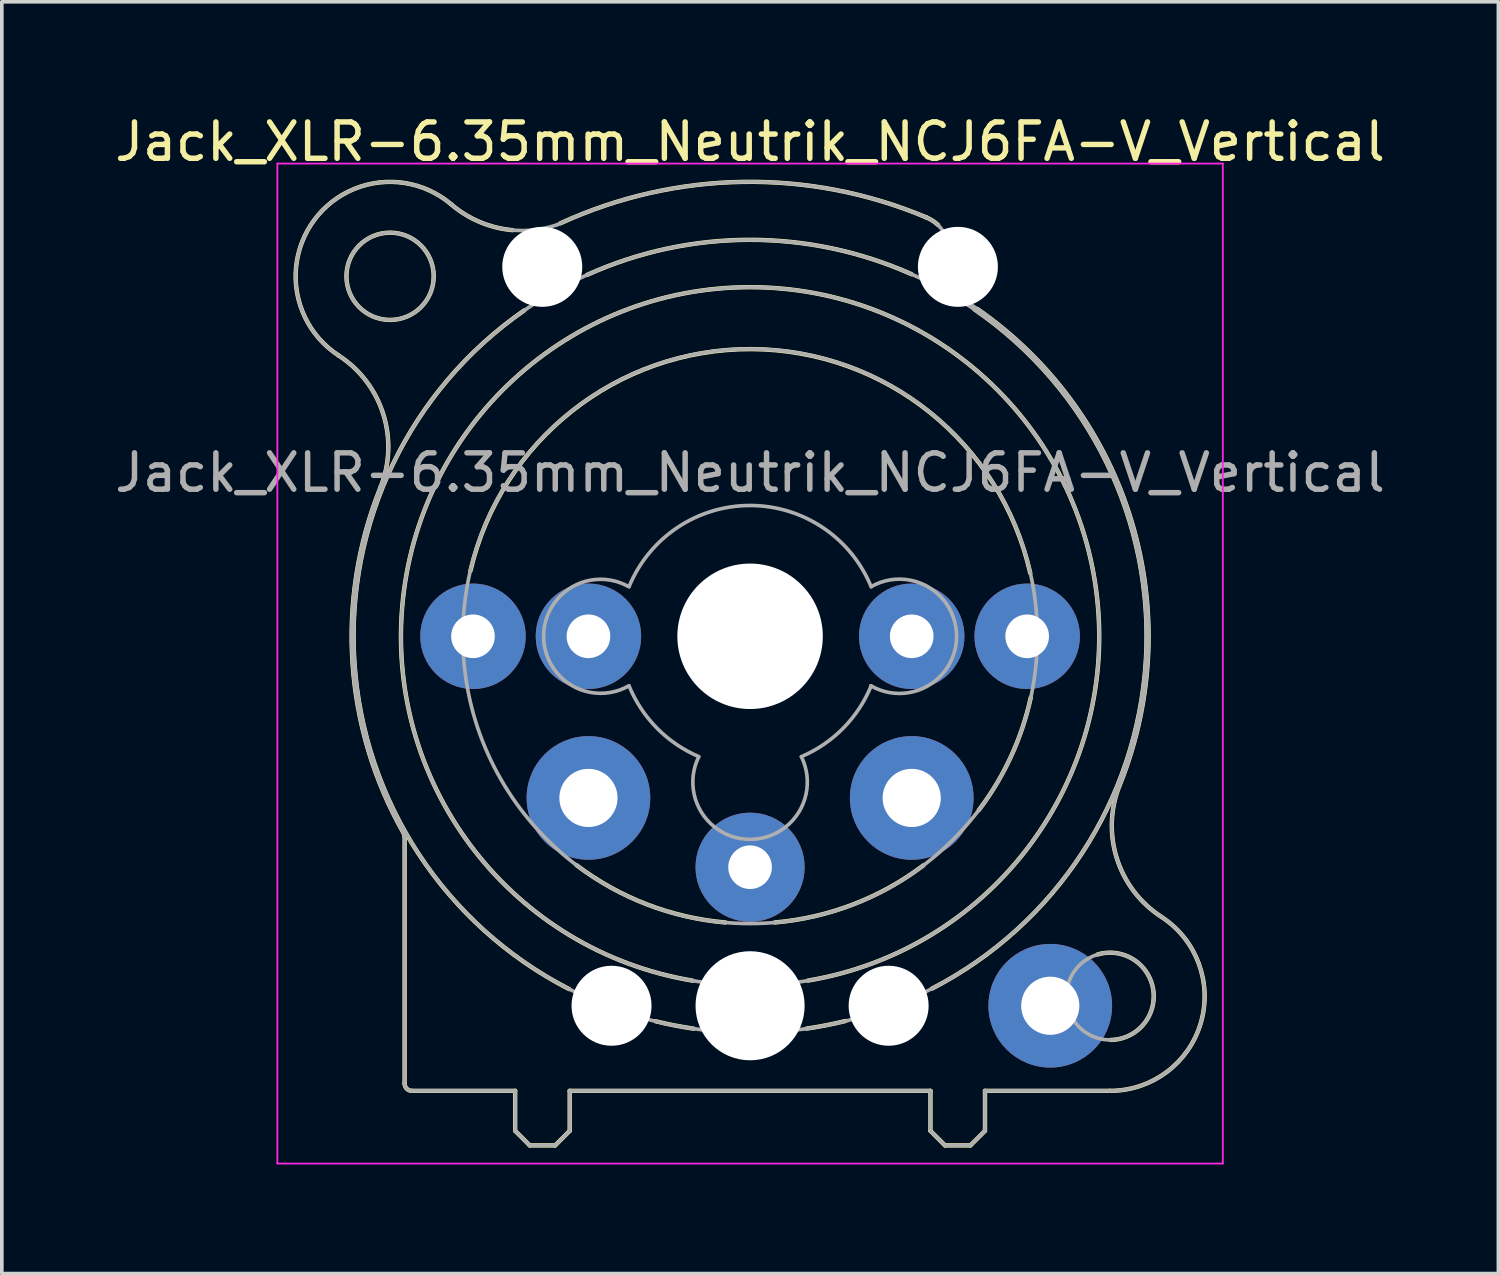
<source format=kicad_pcb>
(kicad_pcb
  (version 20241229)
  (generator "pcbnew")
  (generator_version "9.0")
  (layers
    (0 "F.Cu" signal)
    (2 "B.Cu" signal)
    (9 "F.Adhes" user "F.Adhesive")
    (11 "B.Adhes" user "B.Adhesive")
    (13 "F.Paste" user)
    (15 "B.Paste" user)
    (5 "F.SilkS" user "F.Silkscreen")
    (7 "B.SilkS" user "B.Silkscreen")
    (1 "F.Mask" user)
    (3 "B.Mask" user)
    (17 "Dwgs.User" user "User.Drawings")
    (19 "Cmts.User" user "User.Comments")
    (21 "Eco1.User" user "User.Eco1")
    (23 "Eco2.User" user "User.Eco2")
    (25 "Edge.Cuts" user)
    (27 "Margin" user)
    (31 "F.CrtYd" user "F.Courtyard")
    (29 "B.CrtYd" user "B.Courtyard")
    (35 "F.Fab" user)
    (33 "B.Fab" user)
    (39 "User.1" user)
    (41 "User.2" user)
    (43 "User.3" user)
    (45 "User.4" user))
  (footprint "Jack_XLR-6.35mm_Neutrik_NCJ6FA-V_Vertical"
    (layer "F.Cu")
    (at 25.197 14.448)
    (property "Reference" "Jack_XLR-6.35mm_Neutrik_NCJ6FA-V_Vertical" (at -7.62 -13.6 0) (layer "F.SilkS") (effects (font (size 1 1) (thickness 0.15))))
    (attr through_hole)
    (fp_line (start -17.12 5.51) (end -17.12 12.3) (stroke (width 0.12) (type solid)) (layer "F.SilkS"))
    (fp_line (start -14.08 12.5) (end -16.92 12.5) (stroke (width 0.12) (type solid)) (layer "F.SilkS"))
    (fp_line (start -14.08 12.5) (end -14.08 13.6) (stroke (width 0.12) (type solid)) (layer "F.SilkS"))
    (fp_line (start -13.68 14) (end -14.08 13.6) (stroke (width 0.12) (type solid)) (layer "F.SilkS"))
    (fp_line (start -12.98 14) (end -13.68 14) (stroke (width 0.12) (type solid)) (layer "F.SilkS"))
    (fp_line (start -12.98 14) (end -12.58 13.6) (stroke (width 0.12) (type solid)) (layer "F.SilkS"))
    (fp_line (start -12.58 12.5) (end -12.58 13.6) (stroke (width 0.12) (type solid)) (layer "F.SilkS"))
    (fp_line (start -12.58 12.5) (end -2.66 12.5) (stroke (width 0.12) (type solid)) (layer "F.SilkS"))
    (fp_line (start -2.66 12.5) (end -2.66 13.6) (stroke (width 0.12) (type solid)) (layer "F.SilkS"))
    (fp_line (start -2.26 14) (end -2.66 13.6) (stroke (width 0.12) (type solid)) (layer "F.SilkS"))
    (fp_line (start -1.56 14) (end -2.26 14) (stroke (width 0.12) (type solid)) (layer "F.SilkS"))
    (fp_line (start -1.56 14) (end -1.16 13.6) (stroke (width 0.12) (type solid)) (layer "F.SilkS"))
    (fp_line (start -1.16 12.5) (end -1.16 13.6) (stroke (width 0.12) (type solid)) (layer "F.SilkS"))
    (fp_line (start 2.28 12.5) (end -1.16 12.5) (stroke (width 0.12) (type solid)) (layer "F.SilkS"))
    (fp_arc (start -18.934795 -7.72258) (mid -19.602935 -11.450543) (end -15.84 -11.88) (stroke (width 0.12) (type solid)) (layer "F.SilkS"))
    (fp_arc (start -18.930969 -7.719195) (mid -17.705389 -6.104985) (end -17.79 -4.08) (stroke (width 0.12) (type solid)) (layer "F.SilkS"))
    (fp_arc (start -17.154956 5.397698) (mid -17.130185 5.451579) (end -17.12 5.51) (stroke (width 0.12) (type solid)) (layer "F.SilkS"))
    (fp_arc (start -17.144015 5.419265) (mid -18.552638 0.743459) (end -17.79 -4.08) (stroke (width 0.12) (type solid)) (layer "F.SilkS"))
    (fp_arc (start -16.92 12.5) (mid -17.061421 12.441421) (end -17.12 12.3) (stroke (width 0.12) (type solid)) (layer "F.SilkS"))
    (fp_arc (start -15.31 -1.8) (mid -7.589115 -7.897794) (end 0.083843 -1.739802) (stroke (width 0.12) (type solid)) (layer "F.SilkS"))
    (fp_arc (start -14.148924 -11.168665) (mid -15.050317 -11.391547) (end -15.84 -11.88) (stroke (width 0.12) (type solid)) (layer "F.SilkS"))
    (fp_arc (start -12.835768 -11.357498) (mid -7.808953 -12.496451) (end -2.75 -11.51) (stroke (width 0.12) (type solid)) (layer "F.SilkS"))
    (fp_arc (start -12.6 9.7) (mid -18.500043 0.717682) (end -13.830991 -8.961807) (stroke (width 0.12) (type solid)) (layer "F.SilkS"))
    (fp_arc (start -12.1 -9.94) (mid -7.641178 -10.902915) (end -3.178648 -9.957329) (stroke (width 0.12) (type solid)) (layer "F.SilkS"))
    (fp_arc (start -9.2 9.47) (mid -7.62467 -9.6009) (end -6.030789 9.468459) (stroke (width 0.12) (type solid)) (layer "F.SilkS"))
    (fp_arc (start -9.17 10.79) (mid -9.695239 10.701401) (end -10.215522 10.58725) (stroke (width 0.12) (type solid)) (layer "F.SilkS"))
    (fp_arc (start -8.3 7.87) (mid -10.455796 7.372758) (end -12.389148 6.297184) (stroke (width 0.12) (type solid)) (layer "F.SilkS"))
    (fp_arc (start -5 10.58) (mid -5.529293 10.697184) (end -6.063757 10.787906) (stroke (width 0.12) (type solid)) (layer "F.SilkS"))
    (fp_arc (start -2.850852 6.297184) (mid -4.784204 7.372758) (end -6.94 7.87) (stroke (width 0.12) (type solid)) (layer "F.SilkS"))
    (fp_arc (start -2.789231 -11.524852) (mid -2.608846 -11.434431) (end -2.45 -11.31) (stroke (width 0.12) (type solid)) (layer "F.SilkS"))
    (fp_arc (start -1.45 -8.99) (mid 3.262553 0.677525) (end -2.61272 9.685874) (stroke (width 0.12) (type solid)) (layer "F.SilkS"))
    (fp_arc (start -1.372521 -9.002461) (mid 2.876242 -3.147094) (end 2.55 4.08) (stroke (width 0.12) (type solid)) (layer "F.SilkS"))
    (fp_arc (start 0.097858 1.687355) (mid -0.447404 3.31155) (end -1.33 4.78) (stroke (width 0.12) (type solid)) (layer "F.SilkS"))
    (fp_arc (start 1.932014 8.75139) (mid 3.4657 9.714222) (end 2.3 11.1) (stroke (width 0.12) (type solid)) (layer "F.SilkS"))
    (fp_arc (start 3.687208 7.712208) (mid 2.463871 6.101094) (end 2.55 4.08) (stroke (width 0.12) (type solid)) (layer "F.SilkS"))
    (fp_arc (start 3.696061 7.719457) (mid 4.772931 10.63844) (end 2.28 12.5) (stroke (width 0.12) (type solid)) (layer "F.SilkS"))
    (fp_circle (center -17.52 -9.9) (end -16.32 -9.9) (stroke (width 0.12) (type solid)) (fill no) (layer "F.SilkS"))
    (fp_line (start -20.62 -13) (end 5.38 -13) (stroke (width 0.05) (type solid)) (layer "F.CrtYd"))
    (fp_line (start -20.62 14.5) (end -20.62 -13) (stroke (width 0.05) (type solid)) (layer "F.CrtYd"))
    (fp_line (start 5.38 -13) (end 5.38 14.5) (stroke (width 0.05) (type solid)) (layer "F.CrtYd"))
    (fp_line (start 5.38 14.5) (end -20.62 14.5) (stroke (width 0.05) (type solid)) (layer "F.CrtYd"))
    (fp_line (start -17.12 5.51) (end -17.12 12.3) (stroke (width 0.1) (type solid)) (layer "F.Fab"))
    (fp_line (start -14.08 12.5) (end -16.92 12.5) (stroke (width 0.1) (type solid)) (layer "F.Fab"))
    (fp_line (start -14.08 12.5) (end -14.08 13.6) (stroke (width 0.1) (type solid)) (layer "F.Fab"))
    (fp_line (start -13.68 14) (end -14.08 13.6) (stroke (width 0.1) (type solid)) (layer "F.Fab"))
    (fp_line (start -12.98 14) (end -13.68 14) (stroke (width 0.1) (type solid)) (layer "F.Fab"))
    (fp_line (start -12.98 14) (end -12.58 13.6) (stroke (width 0.1) (type solid)) (layer "F.Fab"))
    (fp_line (start -12.58 12.5) (end -12.58 13.6) (stroke (width 0.1) (type solid)) (layer "F.Fab"))
    (fp_line (start -12.58 12.5) (end -2.66 12.5) (stroke (width 0.1) (type solid)) (layer "F.Fab"))
    (fp_line (start -2.66 12.5) (end -2.66 13.6) (stroke (width 0.1) (type solid)) (layer "F.Fab"))
    (fp_line (start -2.37 -9.82) (end -2.21 -10.22) (stroke (width 0.1) (type solid)) (layer "F.Fab"))
    (fp_line (start -2.26 14) (end -2.66 13.6) (stroke (width 0.1) (type solid)) (layer "F.Fab"))
    (fp_line (start -1.56 14) (end -2.26 14) (stroke (width 0.1) (type solid)) (layer "F.Fab"))
    (fp_line (start -1.56 14) (end -1.16 13.6) (stroke (width 0.1) (type solid)) (layer "F.Fab"))
    (fp_line (start -1.16 12.5) (end -1.16 13.6) (stroke (width 0.1) (type solid)) (layer "F.Fab"))
    (fp_line (start 2.28 12.5) (end -1.16 12.5) (stroke (width 0.1) (type solid)) (layer "F.Fab"))
    (fp_arc (start -18.934795 -7.72258) (mid -19.602935 -11.450543) (end -15.84 -11.88) (stroke (width 0.1) (type solid)) (layer "F.Fab"))
    (fp_arc (start -18.930969 -7.719195) (mid -17.705389 -6.104985) (end -17.79 -4.08) (stroke (width 0.1) (type solid)) (layer "F.Fab"))
    (fp_arc (start -17.154956 5.397698) (mid -17.130185 5.451579) (end -17.12 5.51) (stroke (width 0.1) (type solid)) (layer "F.Fab"))
    (fp_arc (start -17.144015 5.419265) (mid -18.552638 0.743459) (end -17.79 -4.08) (stroke (width 0.1) (type solid)) (layer "F.Fab"))
    (fp_arc (start -16.92 12.5) (mid -17.061421 12.441421) (end -17.12 12.3) (stroke (width 0.1) (type solid)) (layer "F.Fab"))
    (fp_arc (start -12.914931 -11.320809) (mid -7.852572 -12.495716) (end -2.75 -11.51) (stroke (width 0.1) (type solid)) (layer "F.Fab"))
    (fp_arc (start -12.913921 -11.321101) (mid -14.451447 -11.210582) (end -15.84 -11.88) (stroke (width 0.1) (type solid)) (layer "F.Fab"))
    (fp_arc (start -10.954064 1.362323) (mid -13.297799 -0.002341) (end -10.95 -1.36) (stroke (width 0.1) (type solid)) (layer "F.Fab"))
    (fp_arc (start -10.945975 -1.369814) (mid -7.614696 -3.597009) (end -4.29 -1.36) (stroke (width 0.1) (type solid)) (layer "F.Fab"))
    (fp_arc (start -9.036119 3.306525) (mid -10.184888 2.521874) (end -10.95 1.36) (stroke (width 0.1) (type solid)) (layer "F.Fab"))
    (fp_arc (start -6.208725 3.312574) (mid -7.621436 5.584198) (end -9.03 3.31) (stroke (width 0.1) (type solid)) (layer "F.Fab"))
    (fp_arc (start -4.291917 1.36677) (mid -5.059455 2.527411) (end -6.21 3.31) (stroke (width 0.1) (type solid)) (layer "F.Fab"))
    (fp_arc (start -4.284946 -1.368604) (mid -1.941293 0.00867) (end -4.3 1.36) (stroke (width 0.1) (type solid)) (layer "F.Fab"))
    (fp_arc (start -2.752398 -11.51057) (mid -2.22343 -10.97362) (end -2.21 -10.22) (stroke (width 0.1) (type solid)) (layer "F.Fab"))
    (fp_arc (start -2.280824 -9.569143) (mid 2.709976 -3.656075) (end 2.55 4.08) (stroke (width 0.1) (type solid)) (layer "F.Fab"))
    (fp_arc (start -2.264515 -9.56035) (mid -2.366315 -9.670245) (end -2.37 -9.82) (stroke (width 0.1) (type solid)) (layer "F.Fab"))
    (fp_arc (start -2.20715 -10.954211) (mid -1.183963 -10.175931) (end -2.37 -9.68) (stroke (width 0.1) (type solid)) (layer "F.Fab"))
    (fp_arc (start 3.687208 7.712208) (mid 2.463871 6.101094) (end 2.55 4.08) (stroke (width 0.1) (type solid)) (layer "F.Fab"))
    (fp_arc (start 3.696061 7.719457) (mid 4.772931 10.63844) (end 2.28 12.5) (stroke (width 0.1) (type solid)) (layer "F.Fab"))
    (fp_circle (center -17.52 -9.9) (end -16.32 -9.9) (stroke (width 0.1) (type solid)) (fill no) (layer "F.Fab"))
    (fp_circle (center -7.62 0) (end 0.28 0) (stroke (width 0.1) (type solid)) (fill no) (layer "F.Fab"))
    (fp_circle (center -7.62 0) (end 1.98 0) (stroke (width 0.1) (type solid)) (fill no) (layer "F.Fab"))
    (fp_circle (center -7.62 0) (end 3.28 0) (stroke (width 0.1) (type solid)) (fill no) (layer "F.Fab"))
    (fp_circle (center 2.28 9.9) (end 3.48 9.9) (stroke (width 0.1) (type solid)) (fill no) (layer "F.Fab"))
    (fp_text user "${REFERENCE}" (at -7.62 -4.5 0) (layer "F.Fab") (effects (font (size 1 1) (thickness 0.15))))
    (pad "" np_thru_hole circle (at -13.335 -10.16) (size 2.2 2.2) (drill 2.2) (layers "*.Cu" "*.Mask"))
    (pad "" np_thru_hole circle (at -11.43 10.16) (size 2.2 2.2) (drill 2.2) (layers "*.Cu" "*.Mask"))
    (pad "" np_thru_hole circle (at -7.62 0) (size 4 4) (drill 4) (layers "*.Cu" "*.Mask"))
    (pad "" np_thru_hole circle (at -7.62 10.16) (size 3 3) (drill 3) (layers "*.Cu" "*.Mask"))
    (pad "" np_thru_hole circle (at -3.81 10.16) (size 2.2 2.2) (drill 2.2) (layers "*.Cu" "*.Mask"))
    (pad "" np_thru_hole circle (at -1.905 -10.16) (size 2.2 2.2) (drill 2.2) (layers "*.Cu" "*.Mask"))
    (pad "1" thru_hole circle (at 0 0) (size 2.9 2.9) (drill 1.2) (layers "*.Cu" "*.Mask"))
    (pad "2" thru_hole circle (at -15.24 0) (size 2.9 2.9) (drill 1.2) (layers "*.Cu" "*.Mask"))
    (pad "3" thru_hole circle (at -7.62 6.35) (size 3 3) (drill 1.2) (layers "*.Cu" "*.Mask"))
    (pad "G" thru_hole circle (at 0.635 10.16) (size 3.4 3.4) (drill 1.6) (layers "*.Cu" "*.Mask"))
    (pad "R" thru_hole circle (at -12.065 0) (size 2.9 2.9) (drill 1.2) (layers "*.Cu" "*.Mask"))
    (pad "S" thru_hole circle (at -3.175 0) (size 2.9 2.9) (drill 1.2) (layers "*.Cu" "*.Mask"))
    (pad "T" thru_hole circle (at -12.065 4.445) (size 3.4 3.4) (drill 1.6) (layers "*.Cu" "*.Mask"))
    (pad "T" thru_hole circle (at -3.175 4.445) (size 3.4 3.4) (drill 1.6) (layers "*.Cu" "*.Mask")))
  (gr_rect
    (start -3 -3)
    (end 38.155 31.973)
    (stroke (width 0.1) (type default))
    (fill no)
    (layer "Edge.Cuts")))
</source>
